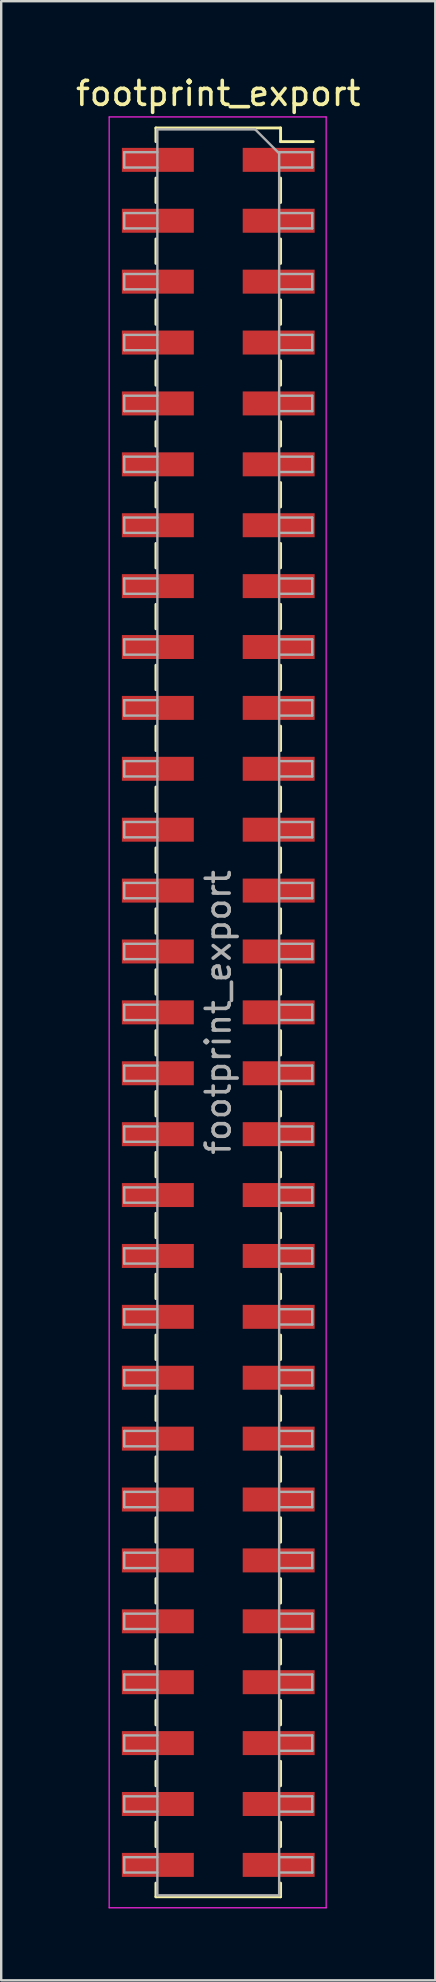
<source format=kicad_pcb>
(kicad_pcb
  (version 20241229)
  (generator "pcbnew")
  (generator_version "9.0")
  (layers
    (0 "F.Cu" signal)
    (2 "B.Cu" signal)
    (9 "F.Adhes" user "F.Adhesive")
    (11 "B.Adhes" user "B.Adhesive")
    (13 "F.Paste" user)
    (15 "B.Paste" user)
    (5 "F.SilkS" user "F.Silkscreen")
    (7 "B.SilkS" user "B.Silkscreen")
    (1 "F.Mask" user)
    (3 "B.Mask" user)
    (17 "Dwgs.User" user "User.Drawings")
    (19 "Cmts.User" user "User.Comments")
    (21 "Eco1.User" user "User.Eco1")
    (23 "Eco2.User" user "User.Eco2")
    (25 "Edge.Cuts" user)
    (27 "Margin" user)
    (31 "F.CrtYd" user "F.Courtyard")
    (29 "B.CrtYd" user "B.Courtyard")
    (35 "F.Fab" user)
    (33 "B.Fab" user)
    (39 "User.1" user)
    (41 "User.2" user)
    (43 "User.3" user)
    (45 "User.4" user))
  (footprint "footprint_export"
    (layer "F.Cu")
    (at 6.054 39.178)
    (property "Reference" "footprint_export" (at 0 -38.33 0) (layer "F.SilkS") (effects (font (size 1 1) (thickness 0.15))))
    (attr smd)
    (fp_line (start -2.6 -36.89) (end -2.6 -36.32) (stroke (width 0.12) (type solid)) (layer "F.SilkS"))
    (fp_line (start -2.6 -36.89) (end 2.6 -36.89) (stroke (width 0.12) (type solid)) (layer "F.SilkS"))
    (fp_line (start -2.6 -34.8) (end -2.6 -33.78) (stroke (width 0.12) (type solid)) (layer "F.SilkS"))
    (fp_line (start -2.6 -32.26) (end -2.6 -31.24) (stroke (width 0.12) (type solid)) (layer "F.SilkS"))
    (fp_line (start -2.6 -29.72) (end -2.6 -28.7) (stroke (width 0.12) (type solid)) (layer "F.SilkS"))
    (fp_line (start -2.6 -27.18) (end -2.6 -26.16) (stroke (width 0.12) (type solid)) (layer "F.SilkS"))
    (fp_line (start -2.6 -24.64) (end -2.6 -23.62) (stroke (width 0.12) (type solid)) (layer "F.SilkS"))
    (fp_line (start -2.6 -22.1) (end -2.6 -21.08) (stroke (width 0.12) (type solid)) (layer "F.SilkS"))
    (fp_line (start -2.6 -19.56) (end -2.6 -18.54) (stroke (width 0.12) (type solid)) (layer "F.SilkS"))
    (fp_line (start -2.6 -17.02) (end -2.6 -16) (stroke (width 0.12) (type solid)) (layer "F.SilkS"))
    (fp_line (start -2.6 -14.48) (end -2.6 -13.46) (stroke (width 0.12) (type solid)) (layer "F.SilkS"))
    (fp_line (start -2.6 -11.94) (end -2.6 -10.92) (stroke (width 0.12) (type solid)) (layer "F.SilkS"))
    (fp_line (start -2.6 -9.4) (end -2.6 -8.38) (stroke (width 0.12) (type solid)) (layer "F.SilkS"))
    (fp_line (start -2.6 -6.86) (end -2.6 -5.84) (stroke (width 0.12) (type solid)) (layer "F.SilkS"))
    (fp_line (start -2.6 -4.32) (end -2.6 -3.3) (stroke (width 0.12) (type solid)) (layer "F.SilkS"))
    (fp_line (start -2.6 -1.78) (end -2.6 -0.76) (stroke (width 0.12) (type solid)) (layer "F.SilkS"))
    (fp_line (start -2.6 0.76) (end -2.6 1.78) (stroke (width 0.12) (type solid)) (layer "F.SilkS"))
    (fp_line (start -2.6 3.3) (end -2.6 4.32) (stroke (width 0.12) (type solid)) (layer "F.SilkS"))
    (fp_line (start -2.6 5.84) (end -2.6 6.86) (stroke (width 0.12) (type solid)) (layer "F.SilkS"))
    (fp_line (start -2.6 8.38) (end -2.6 9.4) (stroke (width 0.12) (type solid)) (layer "F.SilkS"))
    (fp_line (start -2.6 10.92) (end -2.6 11.94) (stroke (width 0.12) (type solid)) (layer "F.SilkS"))
    (fp_line (start -2.6 13.46) (end -2.6 14.48) (stroke (width 0.12) (type solid)) (layer "F.SilkS"))
    (fp_line (start -2.6 16) (end -2.6 17.02) (stroke (width 0.12) (type solid)) (layer "F.SilkS"))
    (fp_line (start -2.6 18.54) (end -2.6 19.56) (stroke (width 0.12) (type solid)) (layer "F.SilkS"))
    (fp_line (start -2.6 21.08) (end -2.6 22.1) (stroke (width 0.12) (type solid)) (layer "F.SilkS"))
    (fp_line (start -2.6 23.62) (end -2.6 24.64) (stroke (width 0.12) (type solid)) (layer "F.SilkS"))
    (fp_line (start -2.6 26.16) (end -2.6 27.18) (stroke (width 0.12) (type solid)) (layer "F.SilkS"))
    (fp_line (start -2.6 28.7) (end -2.6 29.72) (stroke (width 0.12) (type solid)) (layer "F.SilkS"))
    (fp_line (start -2.6 31.24) (end -2.6 32.26) (stroke (width 0.12) (type solid)) (layer "F.SilkS"))
    (fp_line (start -2.6 33.78) (end -2.6 34.8) (stroke (width 0.12) (type solid)) (layer "F.SilkS"))
    (fp_line (start -2.6 36.32) (end -2.6 36.89) (stroke (width 0.12) (type solid)) (layer "F.SilkS"))
    (fp_line (start -2.6 36.89) (end 2.6 36.89) (stroke (width 0.12) (type solid)) (layer "F.SilkS"))
    (fp_line (start 2.6 -36.89) (end 2.6 -36.32) (stroke (width 0.12) (type solid)) (layer "F.SilkS"))
    (fp_line (start 2.6 -36.32) (end 3.96 -36.32) (stroke (width 0.12) (type solid)) (layer "F.SilkS"))
    (fp_line (start 2.6 -34.8) (end 2.6 -33.78) (stroke (width 0.12) (type solid)) (layer "F.SilkS"))
    (fp_line (start 2.6 -32.26) (end 2.6 -31.24) (stroke (width 0.12) (type solid)) (layer "F.SilkS"))
    (fp_line (start 2.6 -29.72) (end 2.6 -28.7) (stroke (width 0.12) (type solid)) (layer "F.SilkS"))
    (fp_line (start 2.6 -27.18) (end 2.6 -26.16) (stroke (width 0.12) (type solid)) (layer "F.SilkS"))
    (fp_line (start 2.6 -24.64) (end 2.6 -23.62) (stroke (width 0.12) (type solid)) (layer "F.SilkS"))
    (fp_line (start 2.6 -22.1) (end 2.6 -21.08) (stroke (width 0.12) (type solid)) (layer "F.SilkS"))
    (fp_line (start 2.6 -19.56) (end 2.6 -18.54) (stroke (width 0.12) (type solid)) (layer "F.SilkS"))
    (fp_line (start 2.6 -17.02) (end 2.6 -16) (stroke (width 0.12) (type solid)) (layer "F.SilkS"))
    (fp_line (start 2.6 -14.48) (end 2.6 -13.46) (stroke (width 0.12) (type solid)) (layer "F.SilkS"))
    (fp_line (start 2.6 -11.94) (end 2.6 -10.92) (stroke (width 0.12) (type solid)) (layer "F.SilkS"))
    (fp_line (start 2.6 -9.4) (end 2.6 -8.38) (stroke (width 0.12) (type solid)) (layer "F.SilkS"))
    (fp_line (start 2.6 -6.86) (end 2.6 -5.84) (stroke (width 0.12) (type solid)) (layer "F.SilkS"))
    (fp_line (start 2.6 -4.32) (end 2.6 -3.3) (stroke (width 0.12) (type solid)) (layer "F.SilkS"))
    (fp_line (start 2.6 -1.78) (end 2.6 -0.76) (stroke (width 0.12) (type solid)) (layer "F.SilkS"))
    (fp_line (start 2.6 0.76) (end 2.6 1.78) (stroke (width 0.12) (type solid)) (layer "F.SilkS"))
    (fp_line (start 2.6 3.3) (end 2.6 4.32) (stroke (width 0.12) (type solid)) (layer "F.SilkS"))
    (fp_line (start 2.6 5.84) (end 2.6 6.86) (stroke (width 0.12) (type solid)) (layer "F.SilkS"))
    (fp_line (start 2.6 8.38) (end 2.6 9.4) (stroke (width 0.12) (type solid)) (layer "F.SilkS"))
    (fp_line (start 2.6 10.92) (end 2.6 11.94) (stroke (width 0.12) (type solid)) (layer "F.SilkS"))
    (fp_line (start 2.6 13.46) (end 2.6 14.48) (stroke (width 0.12) (type solid)) (layer "F.SilkS"))
    (fp_line (start 2.6 16) (end 2.6 17.02) (stroke (width 0.12) (type solid)) (layer "F.SilkS"))
    (fp_line (start 2.6 18.54) (end 2.6 19.56) (stroke (width 0.12) (type solid)) (layer "F.SilkS"))
    (fp_line (start 2.6 21.08) (end 2.6 22.1) (stroke (width 0.12) (type solid)) (layer "F.SilkS"))
    (fp_line (start 2.6 23.62) (end 2.6 24.64) (stroke (width 0.12) (type solid)) (layer "F.SilkS"))
    (fp_line (start 2.6 26.16) (end 2.6 27.18) (stroke (width 0.12) (type solid)) (layer "F.SilkS"))
    (fp_line (start 2.6 28.7) (end 2.6 29.72) (stroke (width 0.12) (type solid)) (layer "F.SilkS"))
    (fp_line (start 2.6 31.24) (end 2.6 32.26) (stroke (width 0.12) (type solid)) (layer "F.SilkS"))
    (fp_line (start 2.6 33.78) (end 2.6 34.8) (stroke (width 0.12) (type solid)) (layer "F.SilkS"))
    (fp_line (start 2.6 36.32) (end 2.6 36.89) (stroke (width 0.12) (type solid)) (layer "F.SilkS"))
    (fp_line (start -4.55 -37.35) (end 4.5 -37.35) (stroke (width 0.05) (type solid)) (layer "F.CrtYd"))
    (fp_line (start -4.55 37.35) (end -4.55 -37.35) (stroke (width 0.05) (type solid)) (layer "F.CrtYd"))
    (fp_line (start 4.5 -37.35) (end 4.5 37.35) (stroke (width 0.05) (type solid)) (layer "F.CrtYd"))
    (fp_line (start 4.5 37.35) (end -4.55 37.35) (stroke (width 0.05) (type solid)) (layer "F.CrtYd"))
    (fp_line (start -3.92 -35.88) (end -2.54 -35.88) (stroke (width 0.1) (type solid)) (layer "F.Fab"))
    (fp_line (start -3.92 -35.24) (end -3.92 -35.88) (stroke (width 0.1) (type solid)) (layer "F.Fab"))
    (fp_line (start -3.92 -33.34) (end -2.54 -33.34) (stroke (width 0.1) (type solid)) (layer "F.Fab"))
    (fp_line (start -3.92 -32.7) (end -3.92 -33.34) (stroke (width 0.1) (type solid)) (layer "F.Fab"))
    (fp_line (start -3.92 -30.8) (end -2.54 -30.8) (stroke (width 0.1) (type solid)) (layer "F.Fab"))
    (fp_line (start -3.92 -30.16) (end -3.92 -30.8) (stroke (width 0.1) (type solid)) (layer "F.Fab"))
    (fp_line (start -3.92 -28.26) (end -2.54 -28.26) (stroke (width 0.1) (type solid)) (layer "F.Fab"))
    (fp_line (start -3.92 -27.62) (end -3.92 -28.26) (stroke (width 0.1) (type solid)) (layer "F.Fab"))
    (fp_line (start -3.92 -25.72) (end -2.54 -25.72) (stroke (width 0.1) (type solid)) (layer "F.Fab"))
    (fp_line (start -3.92 -25.08) (end -3.92 -25.72) (stroke (width 0.1) (type solid)) (layer "F.Fab"))
    (fp_line (start -3.92 -23.18) (end -2.54 -23.18) (stroke (width 0.1) (type solid)) (layer "F.Fab"))
    (fp_line (start -3.92 -22.54) (end -3.92 -23.18) (stroke (width 0.1) (type solid)) (layer "F.Fab"))
    (fp_line (start -3.92 -20.64) (end -2.54 -20.64) (stroke (width 0.1) (type solid)) (layer "F.Fab"))
    (fp_line (start -3.92 -20) (end -3.92 -20.64) (stroke (width 0.1) (type solid)) (layer "F.Fab"))
    (fp_line (start -3.92 -18.1) (end -2.54 -18.1) (stroke (width 0.1) (type solid)) (layer "F.Fab"))
    (fp_line (start -3.92 -17.46) (end -3.92 -18.1) (stroke (width 0.1) (type solid)) (layer "F.Fab"))
    (fp_line (start -3.92 -15.56) (end -2.54 -15.56) (stroke (width 0.1) (type solid)) (layer "F.Fab"))
    (fp_line (start -3.92 -14.92) (end -3.92 -15.56) (stroke (width 0.1) (type solid)) (layer "F.Fab"))
    (fp_line (start -3.92 -13.02) (end -2.54 -13.02) (stroke (width 0.1) (type solid)) (layer "F.Fab"))
    (fp_line (start -3.92 -12.38) (end -3.92 -13.02) (stroke (width 0.1) (type solid)) (layer "F.Fab"))
    (fp_line (start -3.92 -10.48) (end -2.54 -10.48) (stroke (width 0.1) (type solid)) (layer "F.Fab"))
    (fp_line (start -3.92 -9.84) (end -3.92 -10.48) (stroke (width 0.1) (type solid)) (layer "F.Fab"))
    (fp_line (start -3.92 -7.94) (end -2.54 -7.94) (stroke (width 0.1) (type solid)) (layer "F.Fab"))
    (fp_line (start -3.92 -7.3) (end -3.92 -7.94) (stroke (width 0.1) (type solid)) (layer "F.Fab"))
    (fp_line (start -3.92 -5.4) (end -2.54 -5.4) (stroke (width 0.1) (type solid)) (layer "F.Fab"))
    (fp_line (start -3.92 -4.76) (end -3.92 -5.4) (stroke (width 0.1) (type solid)) (layer "F.Fab"))
    (fp_line (start -3.92 -2.86) (end -2.54 -2.86) (stroke (width 0.1) (type solid)) (layer "F.Fab"))
    (fp_line (start -3.92 -2.22) (end -3.92 -2.86) (stroke (width 0.1) (type solid)) (layer "F.Fab"))
    (fp_line (start -3.92 -0.32) (end -2.54 -0.32) (stroke (width 0.1) (type solid)) (layer "F.Fab"))
    (fp_line (start -3.92 0.32) (end -3.92 -0.32) (stroke (width 0.1) (type solid)) (layer "F.Fab"))
    (fp_line (start -3.92 2.22) (end -2.54 2.22) (stroke (width 0.1) (type solid)) (layer "F.Fab"))
    (fp_line (start -3.92 2.86) (end -3.92 2.22) (stroke (width 0.1) (type solid)) (layer "F.Fab"))
    (fp_line (start -3.92 4.76) (end -2.54 4.76) (stroke (width 0.1) (type solid)) (layer "F.Fab"))
    (fp_line (start -3.92 5.4) (end -3.92 4.76) (stroke (width 0.1) (type solid)) (layer "F.Fab"))
    (fp_line (start -3.92 7.3) (end -2.54 7.3) (stroke (width 0.1) (type solid)) (layer "F.Fab"))
    (fp_line (start -3.92 7.94) (end -3.92 7.3) (stroke (width 0.1) (type solid)) (layer "F.Fab"))
    (fp_line (start -3.92 9.84) (end -2.54 9.84) (stroke (width 0.1) (type solid)) (layer "F.Fab"))
    (fp_line (start -3.92 10.48) (end -3.92 9.84) (stroke (width 0.1) (type solid)) (layer "F.Fab"))
    (fp_line (start -3.92 12.38) (end -2.54 12.38) (stroke (width 0.1) (type solid)) (layer "F.Fab"))
    (fp_line (start -3.92 13.02) (end -3.92 12.38) (stroke (width 0.1) (type solid)) (layer "F.Fab"))
    (fp_line (start -3.92 14.92) (end -2.54 14.92) (stroke (width 0.1) (type solid)) (layer "F.Fab"))
    (fp_line (start -3.92 15.56) (end -3.92 14.92) (stroke (width 0.1) (type solid)) (layer "F.Fab"))
    (fp_line (start -3.92 17.46) (end -2.54 17.46) (stroke (width 0.1) (type solid)) (layer "F.Fab"))
    (fp_line (start -3.92 18.1) (end -3.92 17.46) (stroke (width 0.1) (type solid)) (layer "F.Fab"))
    (fp_line (start -3.92 20) (end -2.54 20) (stroke (width 0.1) (type solid)) (layer "F.Fab"))
    (fp_line (start -3.92 20.64) (end -3.92 20) (stroke (width 0.1) (type solid)) (layer "F.Fab"))
    (fp_line (start -3.92 22.54) (end -2.54 22.54) (stroke (width 0.1) (type solid)) (layer "F.Fab"))
    (fp_line (start -3.92 23.18) (end -3.92 22.54) (stroke (width 0.1) (type solid)) (layer "F.Fab"))
    (fp_line (start -3.92 25.08) (end -2.54 25.08) (stroke (width 0.1) (type solid)) (layer "F.Fab"))
    (fp_line (start -3.92 25.72) (end -3.92 25.08) (stroke (width 0.1) (type solid)) (layer "F.Fab"))
    (fp_line (start -3.92 27.62) (end -2.54 27.62) (stroke (width 0.1) (type solid)) (layer "F.Fab"))
    (fp_line (start -3.92 28.26) (end -3.92 27.62) (stroke (width 0.1) (type solid)) (layer "F.Fab"))
    (fp_line (start -3.92 30.16) (end -2.54 30.16) (stroke (width 0.1) (type solid)) (layer "F.Fab"))
    (fp_line (start -3.92 30.8) (end -3.92 30.16) (stroke (width 0.1) (type solid)) (layer "F.Fab"))
    (fp_line (start -3.92 32.7) (end -2.54 32.7) (stroke (width 0.1) (type solid)) (layer "F.Fab"))
    (fp_line (start -3.92 33.34) (end -3.92 32.7) (stroke (width 0.1) (type solid)) (layer "F.Fab"))
    (fp_line (start -3.92 35.24) (end -2.54 35.24) (stroke (width 0.1) (type solid)) (layer "F.Fab"))
    (fp_line (start -3.92 35.88) (end -3.92 35.24) (stroke (width 0.1) (type solid)) (layer "F.Fab"))
    (fp_line (start -2.54 -36.83) (end 1.54 -36.83) (stroke (width 0.1) (type solid)) (layer "F.Fab"))
    (fp_line (start -2.54 -35.24) (end -3.92 -35.24) (stroke (width 0.1) (type solid)) (layer "F.Fab"))
    (fp_line (start -2.54 -32.7) (end -3.92 -32.7) (stroke (width 0.1) (type solid)) (layer "F.Fab"))
    (fp_line (start -2.54 -30.16) (end -3.92 -30.16) (stroke (width 0.1) (type solid)) (layer "F.Fab"))
    (fp_line (start -2.54 -27.62) (end -3.92 -27.62) (stroke (width 0.1) (type solid)) (layer "F.Fab"))
    (fp_line (start -2.54 -25.08) (end -3.92 -25.08) (stroke (width 0.1) (type solid)) (layer "F.Fab"))
    (fp_line (start -2.54 -22.54) (end -3.92 -22.54) (stroke (width 0.1) (type solid)) (layer "F.Fab"))
    (fp_line (start -2.54 -20) (end -3.92 -20) (stroke (width 0.1) (type solid)) (layer "F.Fab"))
    (fp_line (start -2.54 -17.46) (end -3.92 -17.46) (stroke (width 0.1) (type solid)) (layer "F.Fab"))
    (fp_line (start -2.54 -14.92) (end -3.92 -14.92) (stroke (width 0.1) (type solid)) (layer "F.Fab"))
    (fp_line (start -2.54 -12.38) (end -3.92 -12.38) (stroke (width 0.1) (type solid)) (layer "F.Fab"))
    (fp_line (start -2.54 -9.84) (end -3.92 -9.84) (stroke (width 0.1) (type solid)) (layer "F.Fab"))
    (fp_line (start -2.54 -7.3) (end -3.92 -7.3) (stroke (width 0.1) (type solid)) (layer "F.Fab"))
    (fp_line (start -2.54 -4.76) (end -3.92 -4.76) (stroke (width 0.1) (type solid)) (layer "F.Fab"))
    (fp_line (start -2.54 -2.22) (end -3.92 -2.22) (stroke (width 0.1) (type solid)) (layer "F.Fab"))
    (fp_line (start -2.54 0.32) (end -3.92 0.32) (stroke (width 0.1) (type solid)) (layer "F.Fab"))
    (fp_line (start -2.54 2.86) (end -3.92 2.86) (stroke (width 0.1) (type solid)) (layer "F.Fab"))
    (fp_line (start -2.54 5.4) (end -3.92 5.4) (stroke (width 0.1) (type solid)) (layer "F.Fab"))
    (fp_line (start -2.54 7.94) (end -3.92 7.94) (stroke (width 0.1) (type solid)) (layer "F.Fab"))
    (fp_line (start -2.54 10.48) (end -3.92 10.48) (stroke (width 0.1) (type solid)) (layer "F.Fab"))
    (fp_line (start -2.54 13.02) (end -3.92 13.02) (stroke (width 0.1) (type solid)) (layer "F.Fab"))
    (fp_line (start -2.54 15.56) (end -3.92 15.56) (stroke (width 0.1) (type solid)) (layer "F.Fab"))
    (fp_line (start -2.54 18.1) (end -3.92 18.1) (stroke (width 0.1) (type solid)) (layer "F.Fab"))
    (fp_line (start -2.54 20.64) (end -3.92 20.64) (stroke (width 0.1) (type solid)) (layer "F.Fab"))
    (fp_line (start -2.54 23.18) (end -3.92 23.18) (stroke (width 0.1) (type solid)) (layer "F.Fab"))
    (fp_line (start -2.54 25.72) (end -3.92 25.72) (stroke (width 0.1) (type solid)) (layer "F.Fab"))
    (fp_line (start -2.54 28.26) (end -3.92 28.26) (stroke (width 0.1) (type solid)) (layer "F.Fab"))
    (fp_line (start -2.54 30.8) (end -3.92 30.8) (stroke (width 0.1) (type solid)) (layer "F.Fab"))
    (fp_line (start -2.54 33.34) (end -3.92 33.34) (stroke (width 0.1) (type solid)) (layer "F.Fab"))
    (fp_line (start -2.54 35.88) (end -3.92 35.88) (stroke (width 0.1) (type solid)) (layer "F.Fab"))
    (fp_line (start -2.54 36.83) (end -2.54 -36.83) (stroke (width 0.1) (type solid)) (layer "F.Fab"))
    (fp_line (start 1.54 -36.83) (end 2.54 -35.83) (stroke (width 0.1) (type solid)) (layer "F.Fab"))
    (fp_line (start 2.54 -35.88) (end 3.92 -35.88) (stroke (width 0.1) (type solid)) (layer "F.Fab"))
    (fp_line (start 2.54 -35.83) (end 2.54 36.83) (stroke (width 0.1) (type solid)) (layer "F.Fab"))
    (fp_line (start 2.54 -33.34) (end 3.92 -33.34) (stroke (width 0.1) (type solid)) (layer "F.Fab"))
    (fp_line (start 2.54 -30.8) (end 3.92 -30.8) (stroke (width 0.1) (type solid)) (layer "F.Fab"))
    (fp_line (start 2.54 -28.26) (end 3.92 -28.26) (stroke (width 0.1) (type solid)) (layer "F.Fab"))
    (fp_line (start 2.54 -25.72) (end 3.92 -25.72) (stroke (width 0.1) (type solid)) (layer "F.Fab"))
    (fp_line (start 2.54 -23.18) (end 3.92 -23.18) (stroke (width 0.1) (type solid)) (layer "F.Fab"))
    (fp_line (start 2.54 -20.64) (end 3.92 -20.64) (stroke (width 0.1) (type solid)) (layer "F.Fab"))
    (fp_line (start 2.54 -18.1) (end 3.92 -18.1) (stroke (width 0.1) (type solid)) (layer "F.Fab"))
    (fp_line (start 2.54 -15.56) (end 3.92 -15.56) (stroke (width 0.1) (type solid)) (layer "F.Fab"))
    (fp_line (start 2.54 -13.02) (end 3.92 -13.02) (stroke (width 0.1) (type solid)) (layer "F.Fab"))
    (fp_line (start 2.54 -10.48) (end 3.92 -10.48) (stroke (width 0.1) (type solid)) (layer "F.Fab"))
    (fp_line (start 2.54 -7.94) (end 3.92 -7.94) (stroke (width 0.1) (type solid)) (layer "F.Fab"))
    (fp_line (start 2.54 -5.4) (end 3.92 -5.4) (stroke (width 0.1) (type solid)) (layer "F.Fab"))
    (fp_line (start 2.54 -2.86) (end 3.92 -2.86) (stroke (width 0.1) (type solid)) (layer "F.Fab"))
    (fp_line (start 2.54 -0.32) (end 3.92 -0.32) (stroke (width 0.1) (type solid)) (layer "F.Fab"))
    (fp_line (start 2.54 2.22) (end 3.92 2.22) (stroke (width 0.1) (type solid)) (layer "F.Fab"))
    (fp_line (start 2.54 4.76) (end 3.92 4.76) (stroke (width 0.1) (type solid)) (layer "F.Fab"))
    (fp_line (start 2.54 7.3) (end 3.92 7.3) (stroke (width 0.1) (type solid)) (layer "F.Fab"))
    (fp_line (start 2.54 9.84) (end 3.92 9.84) (stroke (width 0.1) (type solid)) (layer "F.Fab"))
    (fp_line (start 2.54 12.38) (end 3.92 12.38) (stroke (width 0.1) (type solid)) (layer "F.Fab"))
    (fp_line (start 2.54 14.92) (end 3.92 14.92) (stroke (width 0.1) (type solid)) (layer "F.Fab"))
    (fp_line (start 2.54 17.46) (end 3.92 17.46) (stroke (width 0.1) (type solid)) (layer "F.Fab"))
    (fp_line (start 2.54 20) (end 3.92 20) (stroke (width 0.1) (type solid)) (layer "F.Fab"))
    (fp_line (start 2.54 22.54) (end 3.92 22.54) (stroke (width 0.1) (type solid)) (layer "F.Fab"))
    (fp_line (start 2.54 25.08) (end 3.92 25.08) (stroke (width 0.1) (type solid)) (layer "F.Fab"))
    (fp_line (start 2.54 27.62) (end 3.92 27.62) (stroke (width 0.1) (type solid)) (layer "F.Fab"))
    (fp_line (start 2.54 30.16) (end 3.92 30.16) (stroke (width 0.1) (type solid)) (layer "F.Fab"))
    (fp_line (start 2.54 32.7) (end 3.92 32.7) (stroke (width 0.1) (type solid)) (layer "F.Fab"))
    (fp_line (start 2.54 35.24) (end 3.92 35.24) (stroke (width 0.1) (type solid)) (layer "F.Fab"))
    (fp_line (start 2.54 36.83) (end -2.54 36.83) (stroke (width 0.1) (type solid)) (layer "F.Fab"))
    (fp_line (start 3.92 -35.88) (end 3.92 -35.24) (stroke (width 0.1) (type solid)) (layer "F.Fab"))
    (fp_line (start 3.92 -35.24) (end 2.54 -35.24) (stroke (width 0.1) (type solid)) (layer "F.Fab"))
    (fp_line (start 3.92 -33.34) (end 3.92 -32.7) (stroke (width 0.1) (type solid)) (layer "F.Fab"))
    (fp_line (start 3.92 -32.7) (end 2.54 -32.7) (stroke (width 0.1) (type solid)) (layer "F.Fab"))
    (fp_line (start 3.92 -30.8) (end 3.92 -30.16) (stroke (width 0.1) (type solid)) (layer "F.Fab"))
    (fp_line (start 3.92 -30.16) (end 2.54 -30.16) (stroke (width 0.1) (type solid)) (layer "F.Fab"))
    (fp_line (start 3.92 -28.26) (end 3.92 -27.62) (stroke (width 0.1) (type solid)) (layer "F.Fab"))
    (fp_line (start 3.92 -27.62) (end 2.54 -27.62) (stroke (width 0.1) (type solid)) (layer "F.Fab"))
    (fp_line (start 3.92 -25.72) (end 3.92 -25.08) (stroke (width 0.1) (type solid)) (layer "F.Fab"))
    (fp_line (start 3.92 -25.08) (end 2.54 -25.08) (stroke (width 0.1) (type solid)) (layer "F.Fab"))
    (fp_line (start 3.92 -23.18) (end 3.92 -22.54) (stroke (width 0.1) (type solid)) (layer "F.Fab"))
    (fp_line (start 3.92 -22.54) (end 2.54 -22.54) (stroke (width 0.1) (type solid)) (layer "F.Fab"))
    (fp_line (start 3.92 -20.64) (end 3.92 -20) (stroke (width 0.1) (type solid)) (layer "F.Fab"))
    (fp_line (start 3.92 -20) (end 2.54 -20) (stroke (width 0.1) (type solid)) (layer "F.Fab"))
    (fp_line (start 3.92 -18.1) (end 3.92 -17.46) (stroke (width 0.1) (type solid)) (layer "F.Fab"))
    (fp_line (start 3.92 -17.46) (end 2.54 -17.46) (stroke (width 0.1) (type solid)) (layer "F.Fab"))
    (fp_line (start 3.92 -15.56) (end 3.92 -14.92) (stroke (width 0.1) (type solid)) (layer "F.Fab"))
    (fp_line (start 3.92 -14.92) (end 2.54 -14.92) (stroke (width 0.1) (type solid)) (layer "F.Fab"))
    (fp_line (start 3.92 -13.02) (end 3.92 -12.38) (stroke (width 0.1) (type solid)) (layer "F.Fab"))
    (fp_line (start 3.92 -12.38) (end 2.54 -12.38) (stroke (width 0.1) (type solid)) (layer "F.Fab"))
    (fp_line (start 3.92 -10.48) (end 3.92 -9.84) (stroke (width 0.1) (type solid)) (layer "F.Fab"))
    (fp_line (start 3.92 -9.84) (end 2.54 -9.84) (stroke (width 0.1) (type solid)) (layer "F.Fab"))
    (fp_line (start 3.92 -7.94) (end 3.92 -7.3) (stroke (width 0.1) (type solid)) (layer "F.Fab"))
    (fp_line (start 3.92 -7.3) (end 2.54 -7.3) (stroke (width 0.1) (type solid)) (layer "F.Fab"))
    (fp_line (start 3.92 -5.4) (end 3.92 -4.76) (stroke (width 0.1) (type solid)) (layer "F.Fab"))
    (fp_line (start 3.92 -4.76) (end 2.54 -4.76) (stroke (width 0.1) (type solid)) (layer "F.Fab"))
    (fp_line (start 3.92 -2.86) (end 3.92 -2.22) (stroke (width 0.1) (type solid)) (layer "F.Fab"))
    (fp_line (start 3.92 -2.22) (end 2.54 -2.22) (stroke (width 0.1) (type solid)) (layer "F.Fab"))
    (fp_line (start 3.92 -0.32) (end 3.92 0.32) (stroke (width 0.1) (type solid)) (layer "F.Fab"))
    (fp_line (start 3.92 0.32) (end 2.54 0.32) (stroke (width 0.1) (type solid)) (layer "F.Fab"))
    (fp_line (start 3.92 2.22) (end 3.92 2.86) (stroke (width 0.1) (type solid)) (layer "F.Fab"))
    (fp_line (start 3.92 2.86) (end 2.54 2.86) (stroke (width 0.1) (type solid)) (layer "F.Fab"))
    (fp_line (start 3.92 4.76) (end 3.92 5.4) (stroke (width 0.1) (type solid)) (layer "F.Fab"))
    (fp_line (start 3.92 5.4) (end 2.54 5.4) (stroke (width 0.1) (type solid)) (layer "F.Fab"))
    (fp_line (start 3.92 7.3) (end 3.92 7.94) (stroke (width 0.1) (type solid)) (layer "F.Fab"))
    (fp_line (start 3.92 7.94) (end 2.54 7.94) (stroke (width 0.1) (type solid)) (layer "F.Fab"))
    (fp_line (start 3.92 9.84) (end 3.92 10.48) (stroke (width 0.1) (type solid)) (layer "F.Fab"))
    (fp_line (start 3.92 10.48) (end 2.54 10.48) (stroke (width 0.1) (type solid)) (layer "F.Fab"))
    (fp_line (start 3.92 12.38) (end 3.92 13.02) (stroke (width 0.1) (type solid)) (layer "F.Fab"))
    (fp_line (start 3.92 13.02) (end 2.54 13.02) (stroke (width 0.1) (type solid)) (layer "F.Fab"))
    (fp_line (start 3.92 14.92) (end 3.92 15.56) (stroke (width 0.1) (type solid)) (layer "F.Fab"))
    (fp_line (start 3.92 15.56) (end 2.54 15.56) (stroke (width 0.1) (type solid)) (layer "F.Fab"))
    (fp_line (start 3.92 17.46) (end 3.92 18.1) (stroke (width 0.1) (type solid)) (layer "F.Fab"))
    (fp_line (start 3.92 18.1) (end 2.54 18.1) (stroke (width 0.1) (type solid)) (layer "F.Fab"))
    (fp_line (start 3.92 20) (end 3.92 20.64) (stroke (width 0.1) (type solid)) (layer "F.Fab"))
    (fp_line (start 3.92 20.64) (end 2.54 20.64) (stroke (width 0.1) (type solid)) (layer "F.Fab"))
    (fp_line (start 3.92 22.54) (end 3.92 23.18) (stroke (width 0.1) (type solid)) (layer "F.Fab"))
    (fp_line (start 3.92 23.18) (end 2.54 23.18) (stroke (width 0.1) (type solid)) (layer "F.Fab"))
    (fp_line (start 3.92 25.08) (end 3.92 25.72) (stroke (width 0.1) (type solid)) (layer "F.Fab"))
    (fp_line (start 3.92 25.72) (end 2.54 25.72) (stroke (width 0.1) (type solid)) (layer "F.Fab"))
    (fp_line (start 3.92 27.62) (end 3.92 28.26) (stroke (width 0.1) (type solid)) (layer "F.Fab"))
    (fp_line (start 3.92 28.26) (end 2.54 28.26) (stroke (width 0.1) (type solid)) (layer "F.Fab"))
    (fp_line (start 3.92 30.16) (end 3.92 30.8) (stroke (width 0.1) (type solid)) (layer "F.Fab"))
    (fp_line (start 3.92 30.8) (end 2.54 30.8) (stroke (width 0.1) (type solid)) (layer "F.Fab"))
    (fp_line (start 3.92 32.7) (end 3.92 33.34) (stroke (width 0.1) (type solid)) (layer "F.Fab"))
    (fp_line (start 3.92 33.34) (end 2.54 33.34) (stroke (width 0.1) (type solid)) (layer "F.Fab"))
    (fp_line (start 3.92 35.24) (end 3.92 35.88) (stroke (width 0.1) (type solid)) (layer "F.Fab"))
    (fp_line (start 3.92 35.88) (end 2.54 35.88) (stroke (width 0.1) (type solid)) (layer "F.Fab"))
    (fp_text user "${REFERENCE}" (at 0 0 90) (layer "F.Fab") (effects (font (size 1 1) (thickness 0.15))))
    (pad "1" smd rect (at 2.52 -35.56) (size 3 1) (layers "F.Cu" "F.Mask" "F.Paste"))
    (pad "2" smd rect (at -2.52 -35.56) (size 3 1) (layers "F.Cu" "F.Mask" "F.Paste"))
    (pad "3" smd rect (at 2.52 -33.02) (size 3 1) (layers "F.Cu" "F.Mask" "F.Paste"))
    (pad "4" smd rect (at -2.52 -33.02) (size 3 1) (layers "F.Cu" "F.Mask" "F.Paste"))
    (pad "5" smd rect (at 2.52 -30.48) (size 3 1) (layers "F.Cu" "F.Mask" "F.Paste"))
    (pad "6" smd rect (at -2.52 -30.48) (size 3 1) (layers "F.Cu" "F.Mask" "F.Paste"))
    (pad "7" smd rect (at 2.52 -27.94) (size 3 1) (layers "F.Cu" "F.Mask" "F.Paste"))
    (pad "8" smd rect (at -2.52 -27.94) (size 3 1) (layers "F.Cu" "F.Mask" "F.Paste"))
    (pad "9" smd rect (at 2.52 -25.4) (size 3 1) (layers "F.Cu" "F.Mask" "F.Paste"))
    (pad "10" smd rect (at -2.52 -25.4) (size 3 1) (layers "F.Cu" "F.Mask" "F.Paste"))
    (pad "11" smd rect (at 2.52 -22.86) (size 3 1) (layers "F.Cu" "F.Mask" "F.Paste"))
    (pad "12" smd rect (at -2.52 -22.86) (size 3 1) (layers "F.Cu" "F.Mask" "F.Paste"))
    (pad "13" smd rect (at 2.52 -20.32) (size 3 1) (layers "F.Cu" "F.Mask" "F.Paste"))
    (pad "14" smd rect (at -2.52 -20.32) (size 3 1) (layers "F.Cu" "F.Mask" "F.Paste"))
    (pad "15" smd rect (at 2.52 -17.78) (size 3 1) (layers "F.Cu" "F.Mask" "F.Paste"))
    (pad "16" smd rect (at -2.52 -17.78) (size 3 1) (layers "F.Cu" "F.Mask" "F.Paste"))
    (pad "17" smd rect (at 2.52 -15.24) (size 3 1) (layers "F.Cu" "F.Mask" "F.Paste"))
    (pad "18" smd rect (at -2.52 -15.24) (size 3 1) (layers "F.Cu" "F.Mask" "F.Paste"))
    (pad "19" smd rect (at 2.52 -12.7) (size 3 1) (layers "F.Cu" "F.Mask" "F.Paste"))
    (pad "20" smd rect (at -2.52 -12.7) (size 3 1) (layers "F.Cu" "F.Mask" "F.Paste"))
    (pad "21" smd rect (at 2.52 -10.16) (size 3 1) (layers "F.Cu" "F.Mask" "F.Paste"))
    (pad "22" smd rect (at -2.52 -10.16) (size 3 1) (layers "F.Cu" "F.Mask" "F.Paste"))
    (pad "23" smd rect (at 2.52 -7.62) (size 3 1) (layers "F.Cu" "F.Mask" "F.Paste"))
    (pad "24" smd rect (at -2.52 -7.62) (size 3 1) (layers "F.Cu" "F.Mask" "F.Paste"))
    (pad "25" smd rect (at 2.52 -5.08) (size 3 1) (layers "F.Cu" "F.Mask" "F.Paste"))
    (pad "26" smd rect (at -2.52 -5.08) (size 3 1) (layers "F.Cu" "F.Mask" "F.Paste"))
    (pad "27" smd rect (at 2.52 -2.54) (size 3 1) (layers "F.Cu" "F.Mask" "F.Paste"))
    (pad "28" smd rect (at -2.52 -2.54) (size 3 1) (layers "F.Cu" "F.Mask" "F.Paste"))
    (pad "29" smd rect (at 2.52 0) (size 3 1) (layers "F.Cu" "F.Mask" "F.Paste"))
    (pad "30" smd rect (at -2.52 0) (size 3 1) (layers "F.Cu" "F.Mask" "F.Paste"))
    (pad "31" smd rect (at 2.52 2.54) (size 3 1) (layers "F.Cu" "F.Mask" "F.Paste"))
    (pad "32" smd rect (at -2.52 2.54) (size 3 1) (layers "F.Cu" "F.Mask" "F.Paste"))
    (pad "33" smd rect (at 2.52 5.08) (size 3 1) (layers "F.Cu" "F.Mask" "F.Paste"))
    (pad "34" smd rect (at -2.52 5.08) (size 3 1) (layers "F.Cu" "F.Mask" "F.Paste"))
    (pad "35" smd rect (at 2.52 7.62) (size 3 1) (layers "F.Cu" "F.Mask" "F.Paste"))
    (pad "36" smd rect (at -2.52 7.62) (size 3 1) (layers "F.Cu" "F.Mask" "F.Paste"))
    (pad "37" smd rect (at 2.52 10.16) (size 3 1) (layers "F.Cu" "F.Mask" "F.Paste"))
    (pad "38" smd rect (at -2.52 10.16) (size 3 1) (layers "F.Cu" "F.Mask" "F.Paste"))
    (pad "39" smd rect (at 2.52 12.7) (size 3 1) (layers "F.Cu" "F.Mask" "F.Paste"))
    (pad "40" smd rect (at -2.52 12.7) (size 3 1) (layers "F.Cu" "F.Mask" "F.Paste"))
    (pad "41" smd rect (at 2.52 15.24) (size 3 1) (layers "F.Cu" "F.Mask" "F.Paste"))
    (pad "42" smd rect (at -2.52 15.24) (size 3 1) (layers "F.Cu" "F.Mask" "F.Paste"))
    (pad "43" smd rect (at 2.52 17.78) (size 3 1) (layers "F.Cu" "F.Mask" "F.Paste"))
    (pad "44" smd rect (at -2.52 17.78) (size 3 1) (layers "F.Cu" "F.Mask" "F.Paste"))
    (pad "45" smd rect (at 2.52 20.32) (size 3 1) (layers "F.Cu" "F.Mask" "F.Paste"))
    (pad "46" smd rect (at -2.52 20.32) (size 3 1) (layers "F.Cu" "F.Mask" "F.Paste"))
    (pad "47" smd rect (at 2.52 22.86) (size 3 1) (layers "F.Cu" "F.Mask" "F.Paste"))
    (pad "48" smd rect (at -2.52 22.86) (size 3 1) (layers "F.Cu" "F.Mask" "F.Paste"))
    (pad "49" smd rect (at 2.52 25.4) (size 3 1) (layers "F.Cu" "F.Mask" "F.Paste"))
    (pad "50" smd rect (at -2.52 25.4) (size 3 1) (layers "F.Cu" "F.Mask" "F.Paste"))
    (pad "51" smd rect (at 2.52 27.94) (size 3 1) (layers "F.Cu" "F.Mask" "F.Paste"))
    (pad "52" smd rect (at -2.52 27.94) (size 3 1) (layers "F.Cu" "F.Mask" "F.Paste"))
    (pad "53" smd rect (at 2.52 30.48) (size 3 1) (layers "F.Cu" "F.Mask" "F.Paste"))
    (pad "54" smd rect (at -2.52 30.48) (size 3 1) (layers "F.Cu" "F.Mask" "F.Paste"))
    (pad "55" smd rect (at 2.52 33.02) (size 3 1) (layers "F.Cu" "F.Mask" "F.Paste"))
    (pad "56" smd rect (at -2.52 33.02) (size 3 1) (layers "F.Cu" "F.Mask" "F.Paste"))
    (pad "57" smd rect (at 2.52 35.56) (size 3 1) (layers "F.Cu" "F.Mask" "F.Paste"))
    (pad "58" smd rect (at -2.52 35.56) (size 3 1) (layers "F.Cu" "F.Mask" "F.Paste")))
  (gr_rect
    (start -3 -3)
    (end 15.107 79.553)
    (stroke (width 0.1) (type default))
    (fill no)
    (layer "Edge.Cuts")))
</source>
